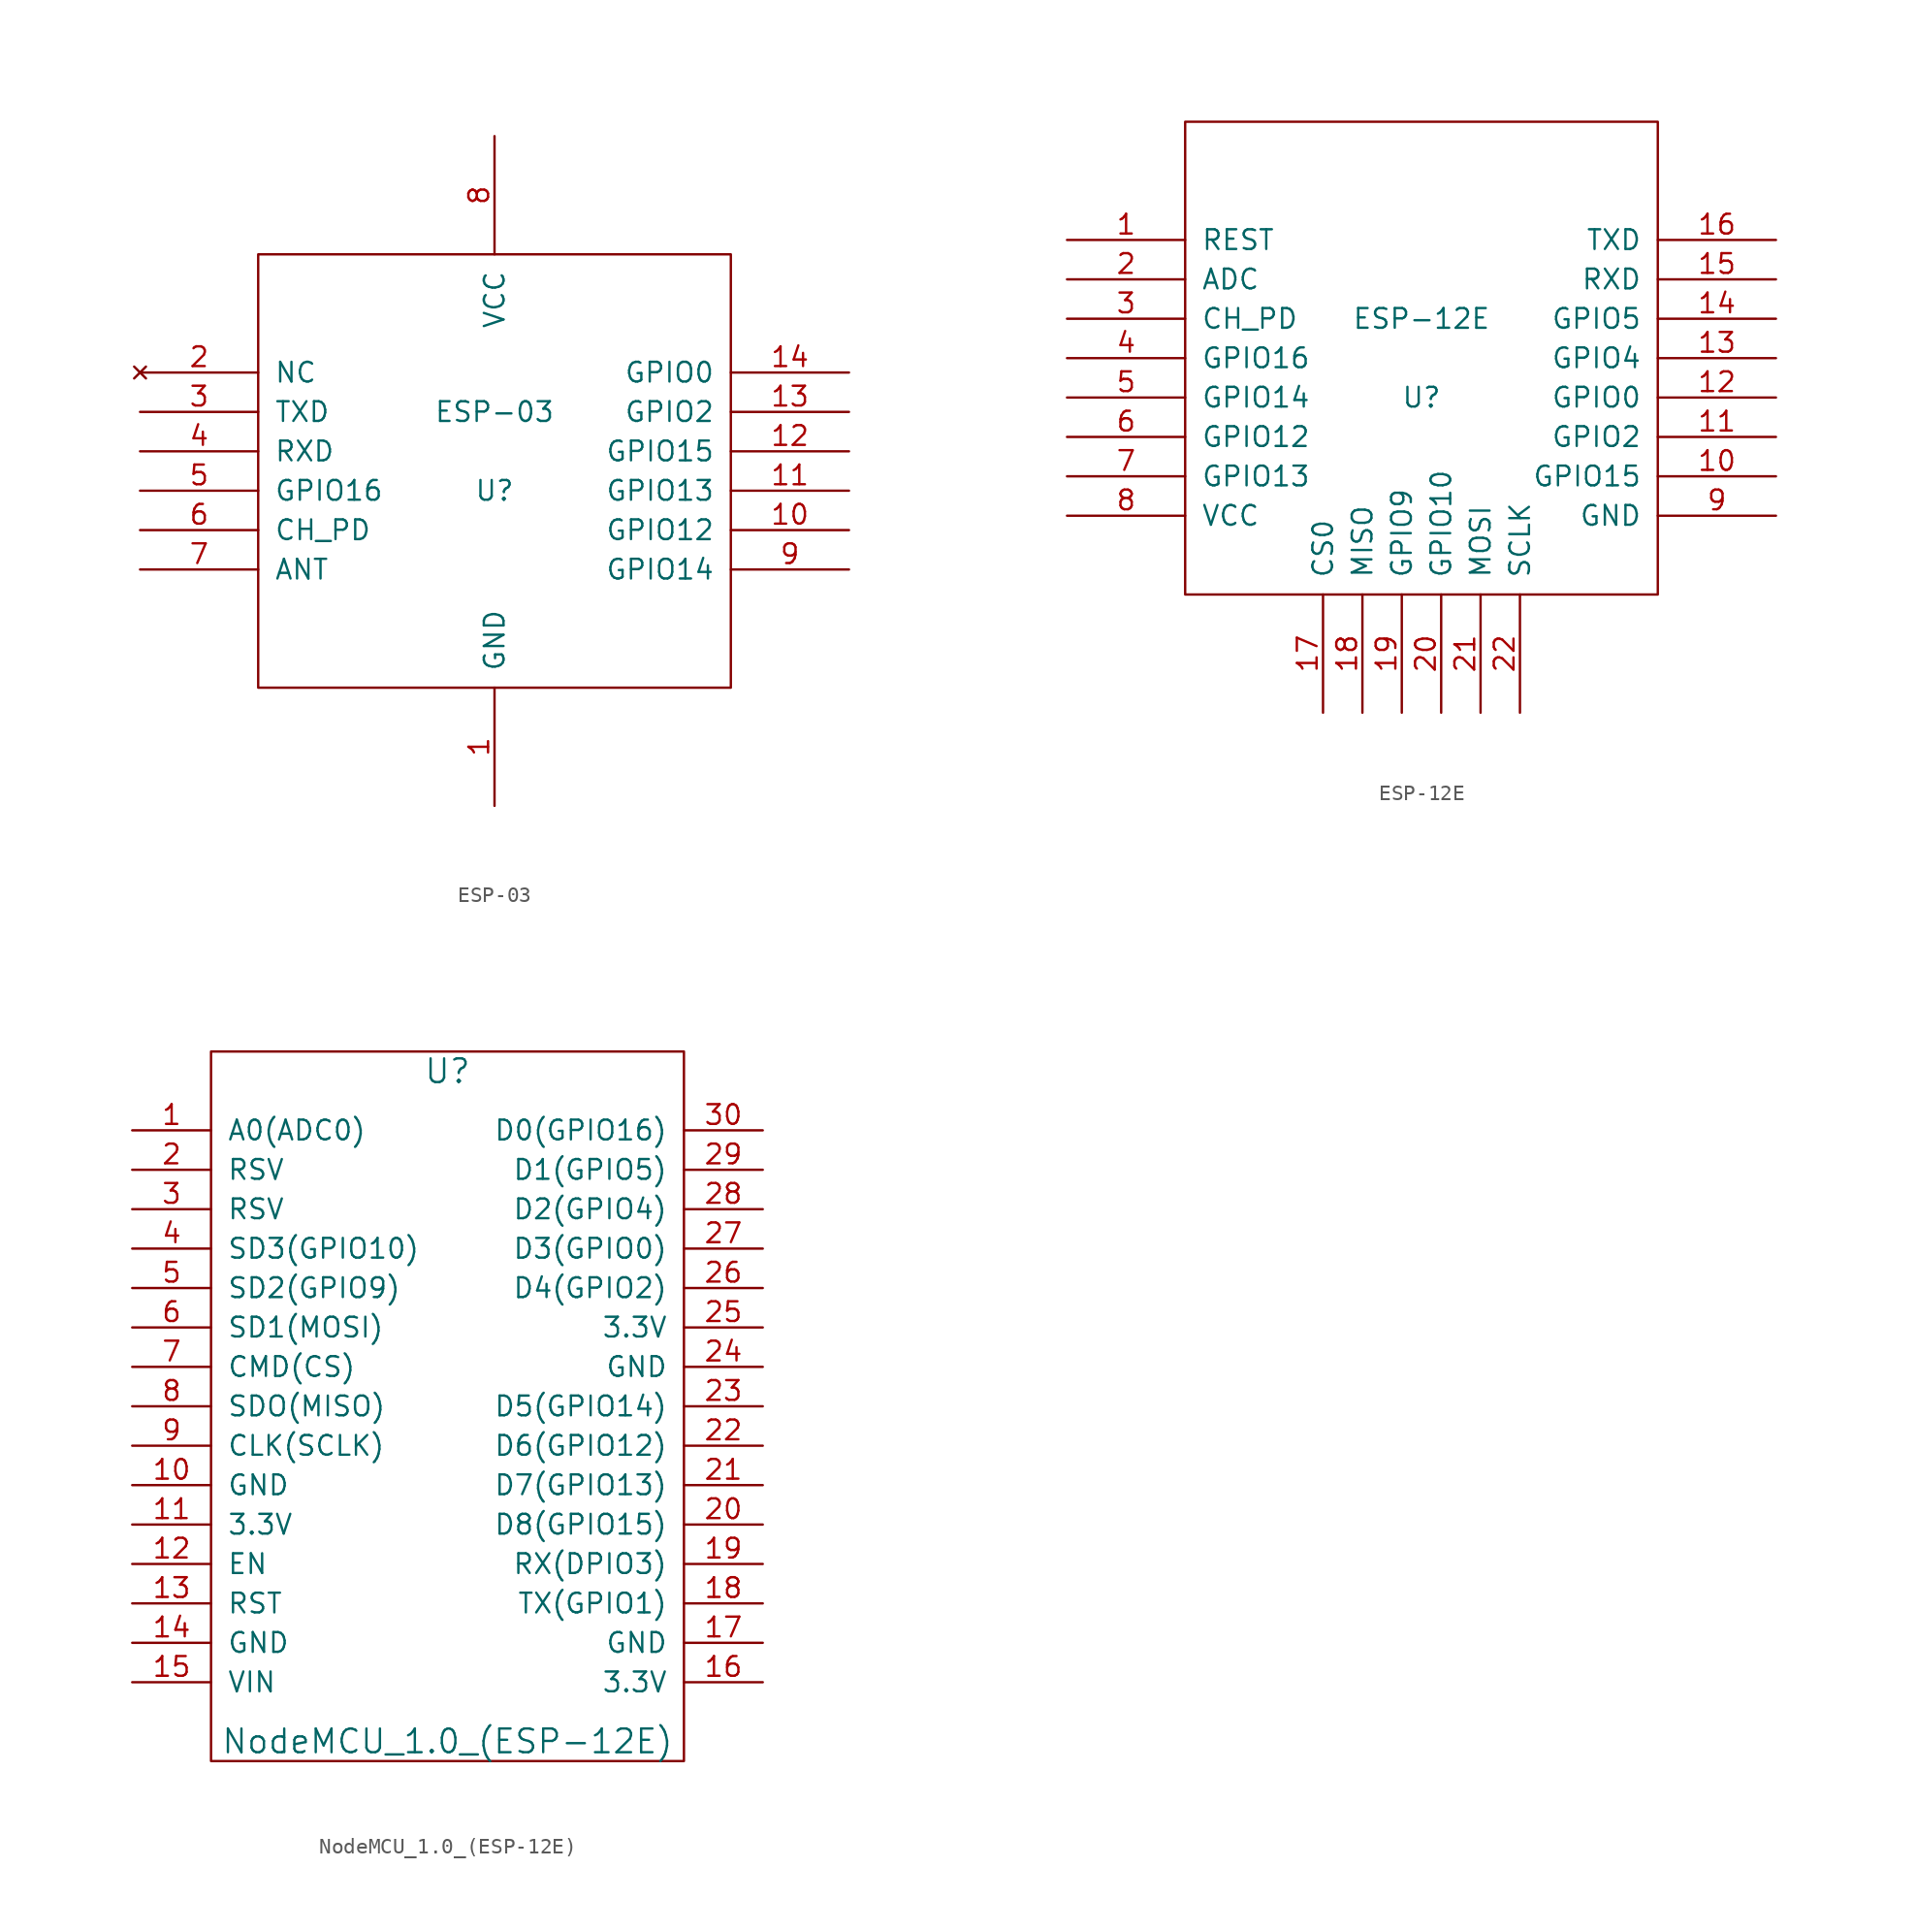
<source format=kicad_sym>
(kicad_symbol_lib
  (version 20220914)
  (generator kicad_symbol_editor)
  (symbol "ESP-03"
    (pin_names
      (offset 1.016))
    (property "Reference" "U"
      (at 0 0 0)
      (effects (font (size 1.27 1.27))))
    (property "Value" "ESP-03"
      (at 0 5.08 0)
      (effects (font (size 1.27 1.27))))
    (symbol "ESP-03_1_0"
      (rectangle (start -15.24 -12.7) (end 15.24 15.24) (stroke (width 0) (type solid)) (fill (type none))))
    (symbol "ESP-03_1_1"
      (pin power_in line (at 0 -20.32 90) (length 7.62) (name "GND" (effects (font (size 1.27 1.27)))) (number "1" (effects (font (size 1.27 1.27)))))
      (pin bidirectional line (at 22.86 -2.54 180) (length 7.62) (name "GPIO12" (effects (font (size 1.27 1.27)))) (number "10" (effects (font (size 1.27 1.27)))))
      (pin bidirectional line (at 22.86 0 180) (length 7.62) (name "GPIO13" (effects (font (size 1.27 1.27)))) (number "11" (effects (font (size 1.27 1.27)))))
      (pin bidirectional line (at 22.86 2.54 180) (length 7.62) (name "GPIO15" (effects (font (size 1.27 1.27)))) (number "12" (effects (font (size 1.27 1.27)))))
      (pin bidirectional line (at 22.86 5.08 180) (length 7.62) (name "GPIO2" (effects (font (size 1.27 1.27)))) (number "13" (effects (font (size 1.27 1.27)))))
      (pin input line (at 22.86 7.62 180) (length 7.62) (name "GPIO0" (effects (font (size 1.27 1.27)))) (number "14" (effects (font (size 1.27 1.27)))))
      (pin no_connect line (at -22.86 7.62 0) (length 7.62) (name "NC" (effects (font (size 1.27 1.27)))) (number "2" (effects (font (size 1.27 1.27)))))
      (pin output line (at -22.86 5.08 0) (length 7.62) (name "TXD" (effects (font (size 1.27 1.27)))) (number "3" (effects (font (size 1.27 1.27)))))
      (pin input line (at -22.86 2.54 0) (length 7.62) (name "RXD" (effects (font (size 1.27 1.27)))) (number "4" (effects (font (size 1.27 1.27)))))
      (pin bidirectional line (at -22.86 0 0) (length 7.62) (name "GPIO16" (effects (font (size 1.27 1.27)))) (number "5" (effects (font (size 1.27 1.27)))))
      (pin input line (at -22.86 -2.54 0) (length 7.62) (name "CH_PD" (effects (font (size 1.27 1.27)))) (number "6" (effects (font (size 1.27 1.27)))))
      (pin unspecified line (at -22.86 -5.08 0) (length 7.62) (name "ANT" (effects (font (size 1.27 1.27)))) (number "7" (effects (font (size 1.27 1.27)))))
      (pin power_in line (at 0 22.86 270) (length 7.62) (name "VCC" (effects (font (size 1.27 1.27)))) (number "8" (effects (font (size 1.27 1.27)))))
      (pin bidirectional line (at 22.86 -5.08 180) (length 7.62) (name "GPIO14" (effects (font (size 1.27 1.27)))) (number "9" (effects (font (size 1.27 1.27)))))))
  (symbol "ESP-12E"
    (pin_names
      (offset 1.016))
    (property "Reference" "U"
      (at 0 -2.54 0)
      (effects (font (size 1.27 1.27))))
    (property "Value" "ESP-12E"
      (at 0 2.54 0)
      (effects (font (size 1.27 1.27))))
    (symbol "ESP-12E_1_0"
      (rectangle (start -15.24 -15.24) (end 15.24 15.24) (stroke (width 0) (type solid)) (fill (type none))))
    (symbol "ESP-12E_1_1"
      (pin input line (at -22.86 7.62 0) (length 7.62) (name "REST" (effects (font (size 1.27 1.27)))) (number "1" (effects (font (size 1.27 1.27)))))
      (pin bidirectional line (at 22.86 -7.62 180) (length 7.62) (name "GPIO15" (effects (font (size 1.27 1.27)))) (number "10" (effects (font (size 1.27 1.27)))))
      (pin bidirectional line (at 22.86 -5.08 180) (length 7.62) (name "GPIO2" (effects (font (size 1.27 1.27)))) (number "11" (effects (font (size 1.27 1.27)))))
      (pin bidirectional line (at 22.86 -2.54 180) (length 7.62) (name "GPIO0" (effects (font (size 1.27 1.27)))) (number "12" (effects (font (size 1.27 1.27)))))
      (pin bidirectional line (at 22.86 0 180) (length 7.62) (name "GPIO4" (effects (font (size 1.27 1.27)))) (number "13" (effects (font (size 1.27 1.27)))))
      (pin bidirectional line (at 22.86 2.54 180) (length 7.62) (name "GPIO5" (effects (font (size 1.27 1.27)))) (number "14" (effects (font (size 1.27 1.27)))))
      (pin input line (at 22.86 5.08 180) (length 7.62) (name "RXD" (effects (font (size 1.27 1.27)))) (number "15" (effects (font (size 1.27 1.27)))))
      (pin output line (at 22.86 7.62 180) (length 7.62) (name "TXD" (effects (font (size 1.27 1.27)))) (number "16" (effects (font (size 1.27 1.27)))))
      (pin bidirectional line (at -6.35 -22.86 90) (length 7.62) (name "CS0" (effects (font (size 1.27 1.27)))) (number "17" (effects (font (size 1.27 1.27)))))
      (pin bidirectional line (at -3.81 -22.86 90) (length 7.62) (name "MISO" (effects (font (size 1.27 1.27)))) (number "18" (effects (font (size 1.27 1.27)))))
      (pin bidirectional line (at -1.27 -22.86 90) (length 7.62) (name "GPIO9" (effects (font (size 1.27 1.27)))) (number "19" (effects (font (size 1.27 1.27)))))
      (pin passive line (at -22.86 5.08 0) (length 7.62) (name "ADC" (effects (font (size 1.27 1.27)))) (number "2" (effects (font (size 1.27 1.27)))))
      (pin bidirectional line (at 1.27 -22.86 90) (length 7.62) (name "GPIO10" (effects (font (size 1.27 1.27)))) (number "20" (effects (font (size 1.27 1.27)))))
      (pin bidirectional line (at 3.81 -22.86 90) (length 7.62) (name "MOSI" (effects (font (size 1.27 1.27)))) (number "21" (effects (font (size 1.27 1.27)))))
      (pin bidirectional line (at 6.35 -22.86 90) (length 7.62) (name "SCLK" (effects (font (size 1.27 1.27)))) (number "22" (effects (font (size 1.27 1.27)))))
      (pin input line (at -22.86 2.54 0) (length 7.62) (name "CH_PD" (effects (font (size 1.27 1.27)))) (number "3" (effects (font (size 1.27 1.27)))))
      (pin bidirectional line (at -22.86 0 0) (length 7.62) (name "GPIO16" (effects (font (size 1.27 1.27)))) (number "4" (effects (font (size 1.27 1.27)))))
      (pin bidirectional line (at -22.86 -2.54 0) (length 7.62) (name "GPIO14" (effects (font (size 1.27 1.27)))) (number "5" (effects (font (size 1.27 1.27)))))
      (pin bidirectional line (at -22.86 -5.08 0) (length 7.62) (name "GPIO12" (effects (font (size 1.27 1.27)))) (number "6" (effects (font (size 1.27 1.27)))))
      (pin bidirectional line (at -22.86 -7.62 0) (length 7.62) (name "GPIO13" (effects (font (size 1.27 1.27)))) (number "7" (effects (font (size 1.27 1.27)))))
      (pin power_in line (at -22.86 -10.16 0) (length 7.62) (name "VCC" (effects (font (size 1.27 1.27)))) (number "8" (effects (font (size 1.27 1.27)))))
      (pin power_in line (at 22.86 -10.16 180) (length 7.62) (name "GND" (effects (font (size 1.27 1.27)))) (number "9" (effects (font (size 1.27 1.27)))))))
  (symbol "NodeMCU_1.0_(ESP-12E)"
    (pin_names
      (offset 1.016))
    (property "Reference" "U"
      (at 0 21.59 0)
      (effects (font (size 1.524 1.524))))
    (property "Value" "NodeMCU_1.0_(ESP-12E)"
      (at 0 -21.59 0)
      (effects (font (size 1.524 1.524))))
    (property "Footprint" ""
      (at -15.24 -21.59 0)
      (effects (font (size 1.524 1.524))))
    (property "Datasheet" ""
      (at -15.24 -21.59 0)
      (effects (font (size 1.524 1.524))))
    (symbol "NodeMCU_1.0_(ESP-12E)_0_1"
      (rectangle (start -15.24 -22.86) (end 15.24 22.86) (stroke (width 0) (type solid)) (fill (type none))))
    (symbol "NodeMCU_1.0_(ESP-12E)_1_1"
      (pin input line (at -20.32 17.78 0) (length 5.08) (name "A0(ADC0)" (effects (font (size 1.27 1.27)))) (number "1" (effects (font (size 1.27 1.27)))))
      (pin input line (at -20.32 -5.08 0) (length 5.08) (name "GND" (effects (font (size 1.27 1.27)))) (number "10" (effects (font (size 1.27 1.27)))))
      (pin power_out line (at -20.32 -7.62 0) (length 5.08) (name "3.3V" (effects (font (size 1.27 1.27)))) (number "11" (effects (font (size 1.27 1.27)))))
      (pin input line (at -20.32 -10.16 0) (length 5.08) (name "EN" (effects (font (size 1.27 1.27)))) (number "12" (effects (font (size 1.27 1.27)))))
      (pin input line (at -20.32 -12.7 0) (length 5.08) (name "RST" (effects (font (size 1.27 1.27)))) (number "13" (effects (font (size 1.27 1.27)))))
      (pin power_in line (at -20.32 -15.24 0) (length 5.08) (name "GND" (effects (font (size 1.27 1.27)))) (number "14" (effects (font (size 1.27 1.27)))))
      (pin power_in line (at -20.32 -17.78 0) (length 5.08) (name "VIN" (effects (font (size 1.27 1.27)))) (number "15" (effects (font (size 1.27 1.27)))))
      (pin power_out line (at 20.32 -17.78 180) (length 5.08) (name "3.3V" (effects (font (size 1.27 1.27)))) (number "16" (effects (font (size 1.27 1.27)))))
      (pin power_in line (at 20.32 -15.24 180) (length 5.08) (name "GND" (effects (font (size 1.27 1.27)))) (number "17" (effects (font (size 1.27 1.27)))))
      (pin bidirectional line (at 20.32 -12.7 180) (length 5.08) (name "TX(GPIO1)" (effects (font (size 1.27 1.27)))) (number "18" (effects (font (size 1.27 1.27)))))
      (pin bidirectional line (at 20.32 -10.16 180) (length 5.08) (name "RX(DPIO3)" (effects (font (size 1.27 1.27)))) (number "19" (effects (font (size 1.27 1.27)))))
      (pin input line (at -20.32 15.24 0) (length 5.08) (name "RSV" (effects (font (size 1.27 1.27)))) (number "2" (effects (font (size 1.27 1.27)))))
      (pin bidirectional line (at 20.32 -7.62 180) (length 5.08) (name "D8(GPIO15)" (effects (font (size 1.27 1.27)))) (number "20" (effects (font (size 1.27 1.27)))))
      (pin bidirectional line (at 20.32 -5.08 180) (length 5.08) (name "D7(GPIO13)" (effects (font (size 1.27 1.27)))) (number "21" (effects (font (size 1.27 1.27)))))
      (pin bidirectional line (at 20.32 -2.54 180) (length 5.08) (name "D6(GPIO12)" (effects (font (size 1.27 1.27)))) (number "22" (effects (font (size 1.27 1.27)))))
      (pin bidirectional line (at 20.32 0 180) (length 5.08) (name "D5(GPIO14)" (effects (font (size 1.27 1.27)))) (number "23" (effects (font (size 1.27 1.27)))))
      (pin power_in line (at 20.32 2.54 180) (length 5.08) (name "GND" (effects (font (size 1.27 1.27)))) (number "24" (effects (font (size 1.27 1.27)))))
      (pin power_out line (at 20.32 5.08 180) (length 5.08) (name "3.3V" (effects (font (size 1.27 1.27)))) (number "25" (effects (font (size 1.27 1.27)))))
      (pin bidirectional line (at 20.32 7.62 180) (length 5.08) (name "D4(GPIO2)" (effects (font (size 1.27 1.27)))) (number "26" (effects (font (size 1.27 1.27)))))
      (pin bidirectional line (at 20.32 10.16 180) (length 5.08) (name "D3(GPIO0)" (effects (font (size 1.27 1.27)))) (number "27" (effects (font (size 1.27 1.27)))))
      (pin bidirectional line (at 20.32 12.7 180) (length 5.08) (name "D2(GPIO4)" (effects (font (size 1.27 1.27)))) (number "28" (effects (font (size 1.27 1.27)))))
      (pin bidirectional line (at 20.32 15.24 180) (length 5.08) (name "D1(GPIO5)" (effects (font (size 1.27 1.27)))) (number "29" (effects (font (size 1.27 1.27)))))
      (pin input line (at -20.32 12.7 0) (length 5.08) (name "RSV" (effects (font (size 1.27 1.27)))) (number "3" (effects (font (size 1.27 1.27)))))
      (pin bidirectional line (at 20.32 17.78 180) (length 5.08) (name "D0(GPIO16)" (effects (font (size 1.27 1.27)))) (number "30" (effects (font (size 1.27 1.27)))))
      (pin bidirectional line (at -20.32 10.16 0) (length 5.08) (name "SD3(GPIO10)" (effects (font (size 1.27 1.27)))) (number "4" (effects (font (size 1.27 1.27)))))
      (pin bidirectional line (at -20.32 7.62 0) (length 5.08) (name "SD2(GPIO9)" (effects (font (size 1.27 1.27)))) (number "5" (effects (font (size 1.27 1.27)))))
      (pin bidirectional line (at -20.32 5.08 0) (length 5.08) (name "SD1(MOSI)" (effects (font (size 1.27 1.27)))) (number "6" (effects (font (size 1.27 1.27)))))
      (pin bidirectional line (at -20.32 2.54 0) (length 5.08) (name "CMD(CS)" (effects (font (size 1.27 1.27)))) (number "7" (effects (font (size 1.27 1.27)))))
      (pin bidirectional line (at -20.32 0 0) (length 5.08) (name "SDO(MISO)" (effects (font (size 1.27 1.27)))) (number "8" (effects (font (size 1.27 1.27)))))
      (pin bidirectional line (at -20.32 -2.54 0) (length 5.08) (name "CLK(SCLK)" (effects (font (size 1.27 1.27)))) (number "9" (effects (font (size 1.27 1.27))))))))
</source>
